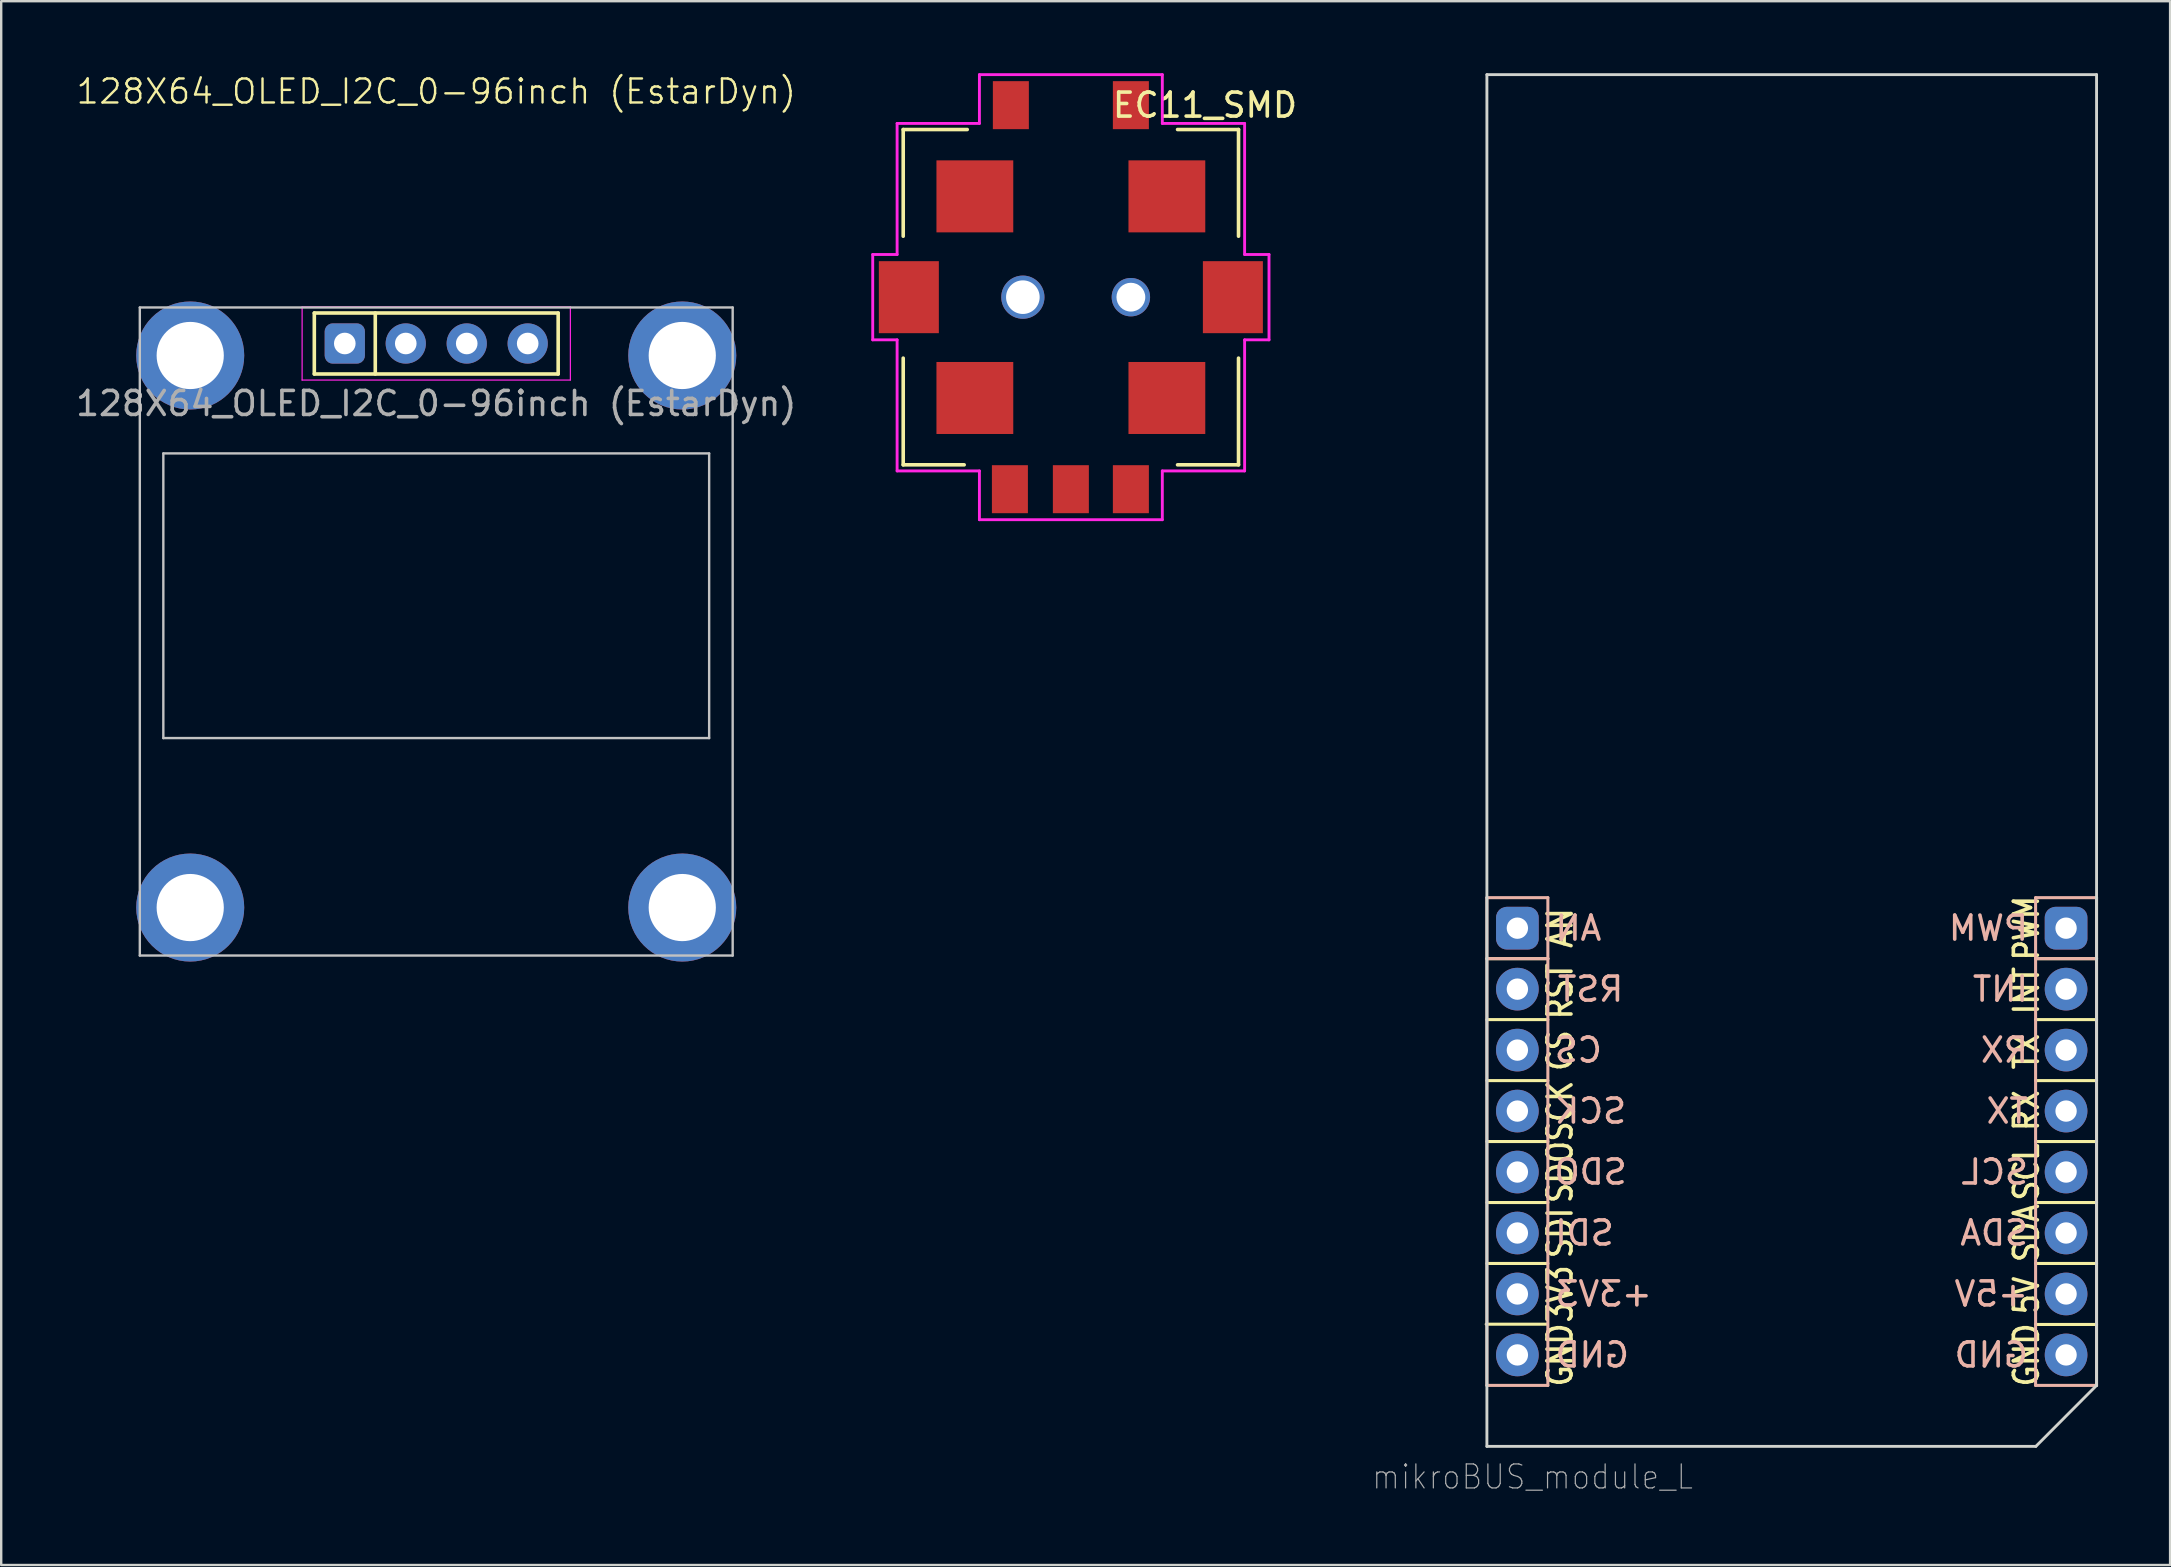
<source format=kicad_pcb>
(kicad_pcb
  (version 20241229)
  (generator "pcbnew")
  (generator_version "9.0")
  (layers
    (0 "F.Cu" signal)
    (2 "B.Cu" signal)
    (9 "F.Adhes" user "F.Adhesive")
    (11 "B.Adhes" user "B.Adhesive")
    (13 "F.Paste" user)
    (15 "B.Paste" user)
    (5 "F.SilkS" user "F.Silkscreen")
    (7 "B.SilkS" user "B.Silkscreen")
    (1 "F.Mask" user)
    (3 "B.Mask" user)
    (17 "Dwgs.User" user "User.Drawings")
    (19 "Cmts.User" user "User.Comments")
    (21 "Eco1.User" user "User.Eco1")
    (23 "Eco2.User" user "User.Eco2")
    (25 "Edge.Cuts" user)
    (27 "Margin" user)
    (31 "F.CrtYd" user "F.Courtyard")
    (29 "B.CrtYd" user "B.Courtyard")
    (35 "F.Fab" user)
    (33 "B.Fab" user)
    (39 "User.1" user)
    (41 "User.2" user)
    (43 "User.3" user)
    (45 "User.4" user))
  (footprint "128X64_OLED_I2C_0-96inch (EstarDyn)"
    (layer "F.Cu")
    (at 15.125 11.261)
    (property "Reference" "128X64_OLED_I2C_0-96inch (EstarDyn)" (at 0 -10.5 0) (unlocked yes) (layer "F.SilkS") (effects (font (size 1 1) (thickness 0.1))))
    (attr smd)
    (fp_line (start -5.08 -1.27) (end 5.08 -1.27) (stroke (width 0.15) (type default)) (layer "F.SilkS"))
    (fp_line (start -5.08 1.27) (end -5.08 -1.27) (stroke (width 0.15) (type default)) (layer "F.SilkS"))
    (fp_line (start -2.54 -1.27) (end -2.54 1.27) (stroke (width 0.15) (type default)) (layer "F.SilkS"))
    (fp_line (start 5.08 -1.27) (end 5.08 1.27) (stroke (width 0.15) (type default)) (layer "F.SilkS"))
    (fp_line (start 5.08 1.27) (end -5.08 1.27) (stroke (width 0.15) (type default)) (layer "F.SilkS"))
    (fp_line (start -12.35 -1.5) (end -12.35 25.5) (stroke (width 0.1) (type default)) (layer "Dwgs.User"))
    (fp_line (start -12.35 -1.5) (end 12.35 -1.5) (stroke (width 0.1) (type default)) (layer "Dwgs.User"))
    (fp_line (start -11.37 4.58) (end 11.37 4.58) (stroke (width 0.1) (type default)) (layer "Dwgs.User"))
    (fp_line (start -11.37 16.44) (end -11.37 4.58) (stroke (width 0.1) (type default)) (layer "Dwgs.User"))
    (fp_line (start -11.37 16.44) (end 11.37 16.44) (stroke (width 0.1) (type default)) (layer "Dwgs.User"))
    (fp_line (start 11.37 4.58) (end 11.37 16.44) (stroke (width 0.1) (type default)) (layer "Dwgs.User"))
    (fp_line (start 12.35 -1.5) (end 12.35 25.5) (stroke (width 0.1) (type default)) (layer "Dwgs.User"))
    (fp_line (start 12.35 25.5) (end -12.35 25.5) (stroke (width 0.1) (type default)) (layer "Dwgs.User"))
    (fp_line (start -5.588 -1.524) (end 5.588 -1.524) (stroke (width 0.05) (type default)) (layer "F.CrtYd"))
    (fp_line (start -5.588 1.524) (end -5.588 -1.524) (stroke (width 0.05) (type default)) (layer "F.CrtYd"))
    (fp_line (start 5.588 -1.524) (end 5.588 1.524) (stroke (width 0.05) (type default)) (layer "F.CrtYd"))
    (fp_line (start 5.588 1.524) (end -5.588 1.524) (stroke (width 0.05) (type default)) (layer "F.CrtYd"))
    (fp_text user "${REFERENCE}" (at 0 2.5 0) (unlocked yes) (layer "F.Fab") (effects (font (size 1 1) (thickness 0.15))))
    (pad "" np_thru_hole circle (at -10.25 0.5) (size 4.5 4.5) (drill 2.8) (layers "*.Cu" "*.Mask"))
    (pad "" np_thru_hole circle (at -10.25 23.5) (size 4.5 4.5) (drill 2.8) (layers "*.Cu" "*.Mask"))
    (pad "" np_thru_hole circle (at 10.25 0.5) (size 4.5 4.5) (drill 2.8) (layers "*.Cu" "*.Mask"))
    (pad "" np_thru_hole circle (at 10.25 23.5) (size 4.5 4.5) (drill 2.8) (layers "*.Cu" "*.Mask"))
    (pad "1" thru_hole roundrect (at -3.81 0) (size 1.676 1.676) (drill 0.9) (layers "*.Cu" "*.Mask") (roundrect_rratio 0.2))
    (pad "2" thru_hole circle (at -1.27 0) (size 1.676 1.676) (drill 0.9) (layers "*.Cu" "*.Mask"))
    (pad "3" thru_hole circle (at 1.27 0) (size 1.676 1.676) (drill 0.9) (layers "*.Cu" "*.Mask"))
    (pad "4" thru_hole circle (at 3.81 0) (size 1.676 1.676) (drill 0.9) (layers "*.Cu" "*.Mask")))
  (footprint "EC11_SMD"
    (layer "F.Cu")
    (at 41.565 9.331)
    (property "Reference" "EC11_SMD" (at 5.588 -8.001 0) (layer "F.SilkS") (effects (font (size 1 1) (thickness 0.15))))
    (attr through_hole)
    (fp_line (start -6.985 -6.985) (end -4.318 -6.985) (stroke (width 0.15) (type solid)) (layer "F.SilkS"))
    (fp_line (start -6.985 -2.54) (end -6.985 -6.985) (stroke (width 0.15) (type solid)) (layer "F.SilkS"))
    (fp_line (start -6.985 6.985) (end -6.985 2.54) (stroke (width 0.15) (type solid)) (layer "F.SilkS"))
    (fp_line (start -4.445 6.985) (end -6.985 6.985) (stroke (width 0.15) (type solid)) (layer "F.SilkS"))
    (fp_line (start 4.445 -6.985) (end 6.985 -6.985) (stroke (width 0.15) (type solid)) (layer "F.SilkS"))
    (fp_line (start 6.985 -6.985) (end 6.985 -2.54) (stroke (width 0.15) (type solid)) (layer "F.SilkS"))
    (fp_line (start 6.985 2.54) (end 6.985 6.985) (stroke (width 0.15) (type solid)) (layer "F.SilkS"))
    (fp_line (start 6.985 6.985) (end 4.445 6.985) (stroke (width 0.15) (type solid)) (layer "F.SilkS"))
    (fp_line (start -8.255 -1.778) (end -7.239 -1.778) (stroke (width 0.12) (type solid)) (layer "F.CrtYd"))
    (fp_line (start -8.255 1.778) (end -8.255 -1.778) (stroke (width 0.12) (type solid)) (layer "F.CrtYd"))
    (fp_line (start -7.239 -7.239) (end -3.81 -7.239) (stroke (width 0.12) (type solid)) (layer "F.CrtYd"))
    (fp_line (start -7.239 -1.778) (end -7.239 -7.239) (stroke (width 0.12) (type solid)) (layer "F.CrtYd"))
    (fp_line (start -7.239 1.778) (end -8.255 1.778) (stroke (width 0.12) (type solid)) (layer "F.CrtYd"))
    (fp_line (start -7.239 7.239) (end -7.239 1.778) (stroke (width 0.12) (type solid)) (layer "F.CrtYd"))
    (fp_line (start -3.81 -9.271) (end 3.81 -9.271) (stroke (width 0.12) (type solid)) (layer "F.CrtYd"))
    (fp_line (start -3.81 -7.239) (end -3.81 -9.271) (stroke (width 0.12) (type solid)) (layer "F.CrtYd"))
    (fp_line (start -3.81 7.239) (end -7.239 7.239) (stroke (width 0.12) (type solid)) (layer "F.CrtYd"))
    (fp_line (start -3.81 9.271) (end -3.81 7.239) (stroke (width 0.12) (type solid)) (layer "F.CrtYd"))
    (fp_line (start 3.81 -9.271) (end 3.81 -7.239) (stroke (width 0.12) (type solid)) (layer "F.CrtYd"))
    (fp_line (start 3.81 -7.239) (end 7.239 -7.239) (stroke (width 0.12) (type solid)) (layer "F.CrtYd"))
    (fp_line (start 3.81 7.239) (end 3.81 9.271) (stroke (width 0.12) (type solid)) (layer "F.CrtYd"))
    (fp_line (start 3.81 9.271) (end -3.81 9.271) (stroke (width 0.12) (type solid)) (layer "F.CrtYd"))
    (fp_line (start 7.239 -7.239) (end 7.239 -1.778) (stroke (width 0.12) (type solid)) (layer "F.CrtYd"))
    (fp_line (start 7.239 -1.778) (end 8.255 -1.778) (stroke (width 0.12) (type solid)) (layer "F.CrtYd"))
    (fp_line (start 7.239 1.778) (end 7.239 7.239) (stroke (width 0.12) (type solid)) (layer "F.CrtYd"))
    (fp_line (start 7.239 7.239) (end 3.81 7.239) (stroke (width 0.12) (type solid)) (layer "F.CrtYd"))
    (fp_line (start 8.255 -1.778) (end 8.255 1.778) (stroke (width 0.12) (type solid)) (layer "F.CrtYd"))
    (fp_line (start 8.255 1.778) (end 7.239 1.778) (stroke (width 0.12) (type solid)) (layer "F.CrtYd"))
    (pad "" smd rect (at -6.75 0) (size 2.5 3) (layers "F.Cu" "F.Mask" "F.Paste"))
    (pad "" smd rect (at -4 -4.2) (size 3.2 3) (layers "F.Cu" "F.Mask" "F.Paste"))
    (pad "" smd rect (at -4 4.2) (size 3.2 3) (layers "F.Cu" "F.Mask" "F.Paste"))
    (pad "" np_thru_hole circle (at -2 0) (size 1.8 1.8) (drill 1.4) (layers "*.Cu" "*.Mask"))
    (pad "" np_thru_hole circle (at 2.5 0) (size 1.6 1.6) (drill 1.2) (layers "*.Cu" "*.Mask"))
    (pad "" smd rect (at 4 -4.2) (size 3.2 3) (layers "F.Cu" "F.Mask" "F.Paste"))
    (pad "" smd rect (at 4 4.2) (size 3.2 3) (layers "F.Cu" "F.Mask" "F.Paste"))
    (pad "" smd rect (at 6.75 0) (size 2.5 3) (layers "F.Cu" "F.Mask" "F.Paste"))
    (pad "A" smd rect (at -2.54 8) (size 1.5 2) (layers "F.Cu" "F.Mask" "F.Paste"))
    (pad "B" smd rect (at 2.5 8) (size 1.5 2) (layers "F.Cu" "F.Mask" "F.Paste"))
    (pad "C" smd rect (at 0 8) (size 1.5 2) (layers "F.Cu" "F.Mask" "F.Paste"))
    (pad "S1" smd rect (at -2.5 -8) (size 1.5 2) (layers "F.Cu" "F.Mask" "F.Paste"))
    (pad "S2" smd rect (at 2.5 -8) (size 1.5 2) (layers "F.Cu" "F.Mask" "F.Paste")))
  (footprint "mikroBUS_module_L"
    (layer "F.Cu")
    (at 60.168 35.62)
    (property "Reference" "mikroBUS_module_L" (at 0.635 22.86 0) (layer "F.Fab") (effects (font (size 1 0.9) (thickness 0.05))))
    (attr through_hole exclude_from_pos_files exclude_from_bom allow_missing_courtyard)
    (fp_line (start -1.3 16.5) (end 1.24 16.5) (stroke (width 0.127) (type solid)) (layer "F.SilkS"))
    (fp_line (start -1.27 1.27) (end 1.27 1.27) (stroke (width 0.127) (type solid)) (layer "F.SilkS"))
    (fp_line (start -1.27 3.81) (end 1.27 3.81) (stroke (width 0.127) (type solid)) (layer "F.SilkS"))
    (fp_line (start -1.27 6.35) (end 1.27 6.35) (stroke (width 0.127) (type solid)) (layer "F.SilkS"))
    (fp_line (start -1.27 8.89) (end 1.27 8.89) (stroke (width 0.127) (type solid)) (layer "F.SilkS"))
    (fp_line (start -1.27 11.43) (end 1.27 11.43) (stroke (width 0.127) (type solid)) (layer "F.SilkS"))
    (fp_line (start -1.27 13.97) (end 1.27 13.97) (stroke (width 0.127) (type solid)) (layer "F.SilkS"))
    (fp_line (start 21.59 1.27) (end 24.13 1.27) (stroke (width 0.127) (type solid)) (layer "F.SilkS"))
    (fp_line (start 21.59 3.81) (end 24.13 3.81) (stroke (width 0.127) (type solid)) (layer "F.SilkS"))
    (fp_line (start 21.59 6.35) (end 24.13 6.35) (stroke (width 0.127) (type solid)) (layer "F.SilkS"))
    (fp_line (start 21.59 8.89) (end 24.13 8.89) (stroke (width 0.127) (type solid)) (layer "F.SilkS"))
    (fp_line (start 21.59 11.43) (end 24.13 11.43) (stroke (width 0.127) (type solid)) (layer "F.SilkS"))
    (fp_line (start 21.59 13.97) (end 24.13 13.97) (stroke (width 0.127) (type solid)) (layer "F.SilkS"))
    (fp_line (start 21.59 16.51) (end 24.13 16.51) (stroke (width 0.127) (type solid)) (layer "F.SilkS"))
    (fp_line (start -1.27 -1.27) (end -1.27 1.27) (stroke (width 0.127) (type solid)) (layer "B.SilkS"))
    (fp_line (start -1.27 1.27) (end -1.27 19.05) (stroke (width 0.127) (type solid)) (layer "B.SilkS"))
    (fp_line (start -1.27 1.27) (end 1.27 1.27) (stroke (width 0.127) (type solid)) (layer "B.SilkS"))
    (fp_line (start -1.27 19.05) (end 1.27 19.05) (stroke (width 0.127) (type solid)) (layer "B.SilkS"))
    (fp_line (start 1.27 -1.27) (end -1.27 -1.27) (stroke (width 0.127) (type solid)) (layer "B.SilkS"))
    (fp_line (start 1.27 1.27) (end 1.27 -1.27) (stroke (width 0.127) (type solid)) (layer "B.SilkS"))
    (fp_line (start 1.27 19.05) (end 1.27 1.27) (stroke (width 0.127) (type solid)) (layer "B.SilkS"))
    (fp_line (start 21.59 -1.27) (end 21.59 1.27) (stroke (width 0.127) (type solid)) (layer "B.SilkS"))
    (fp_line (start 21.59 -1.27) (end 24.13 -1.27) (stroke (width 0.127) (type solid)) (layer "B.SilkS"))
    (fp_line (start 21.59 1.27) (end 21.59 19.05) (stroke (width 0.127) (type solid)) (layer "B.SilkS"))
    (fp_line (start 21.59 1.27) (end 24.13 1.27) (stroke (width 0.127) (type solid)) (layer "B.SilkS"))
    (fp_line (start 21.59 19.05) (end 24.13 19.05) (stroke (width 0.127) (type solid)) (layer "B.SilkS"))
    (fp_line (start 24.13 -1.27) (end 24.13 19.05) (stroke (width 0.127) (type solid)) (layer "B.SilkS"))
    (fp_line (start -1.27 -35.56) (end 24.13 -35.56) (stroke (width 0.12) (type default)) (layer "Edge.Cuts"))
    (fp_line (start -1.27 21.59) (end -1.27 -35.56) (stroke (width 0.12) (type default)) (layer "Edge.Cuts"))
    (fp_line (start 21.6 21.59) (end -1.27 21.59) (stroke (width 0.12) (type default)) (layer "Edge.Cuts"))
    (fp_line (start 21.6 21.59) (end 24.13 19.05) (stroke (width 0.12) (type default)) (layer "Edge.Cuts"))
    (fp_line (start 24.13 -35.56) (end 24.13 19.05) (stroke (width 0.12) (type default)) (layer "Edge.Cuts"))
    (fp_line (start -1.27 -35.56) (end 24.13 -35.56) (stroke (width 0.12) (type default)) (layer "Margin"))
    (fp_line (start -1.27 21.59) (end -1.27 -35.56) (stroke (width 0.12) (type default)) (layer "Margin"))
    (fp_line (start 21.59 21.59) (end -1.27 21.59) (stroke (width 0.12) (type default)) (layer "Margin"))
    (fp_line (start 24.13 -35.56) (end 24.13 19.05) (stroke (width 0.12) (type default)) (layer "Margin"))
    (fp_line (start 24.13 19.05) (end 21.59 21.59) (stroke (width 0.12) (type default)) (layer "Margin"))
    (fp_text user "RST" (at 1.778 2.624 90) (layer "F.SilkS") (effects (font (size 1 0.85) (thickness 0.15))))
    (fp_text user "SCK" (at 1.778 7.62 90) (layer "F.SilkS") (effects (font (size 1 0.85) (thickness 0.15))))
    (fp_text user "RX" (at 21.209 7.6 90) (layer "F.SilkS") (effects (font (size 1 0.85) (thickness 0.15) (bold yes))))
    (fp_text user "5V" (at 21.209 15.3 90) (layer "F.SilkS") (effects (font (size 1 0.85) (thickness 0.15) (bold yes))))
    (fp_text user "CS" (at 1.778 5.1 90) (layer "F.SilkS") (effects (font (size 1 0.85) (thickness 0.15))))
    (fp_text user "INT" (at 21.209 2.6 90) (layer "F.SilkS") (effects (font (size 1 0.85) (thickness 0.15) (bold yes))))
    (fp_text user "SDI" (at 1.778 12.7 90) (layer "F.SilkS") (effects (font (size 1 0.85) (thickness 0.15) (bold yes))))
    (fp_text user "SDO" (at 1.778 10.16 90) (layer "F.SilkS") (effects (font (size 1 0.85) (thickness 0.15))))
    (fp_text user "TX" (at 21.209 5.141 90) (layer "F.SilkS") (effects (font (size 1 0.85) (thickness 0.15) (bold yes))))
    (fp_text user "SCL" (at 21.209 10.16 90) (layer "F.SilkS") (effects (font (size 1 0.85) (thickness 0.15) (bold yes))))
    (fp_text user "GND" (at 21.209 17.78 90) (layer "F.SilkS") (effects (font (size 1 0.85) (thickness 0.15) (bold yes))))
    (fp_text user "PWM" (at 21.209 0 90) (layer "F.SilkS") (effects (font (size 1 0.8) (thickness 0.15) (bold yes))))
    (fp_text user "AN" (at 1.778 0 90) (layer "F.SilkS") (effects (font (size 1 0.85) (thickness 0.15))))
    (fp_text user "SDA" (at 21.209 12.7 90) (layer "F.SilkS") (effects (font (size 1 0.85) (thickness 0.15) (bold yes))))
    (fp_text user "3V3" (at 1.778 15.24 90) (layer "F.SilkS") (effects (font (size 1 0.85) (thickness 0.15) (bold yes))))
    (fp_text user "GND" (at 1.778 17.78 90) (layer "F.SilkS") (effects (font (size 1 0.85) (thickness 0.15) (bold yes))))
    (fp_text user "RX" (at 20.291 5.08 0) (layer "B.SilkS") (effects (font (size 1 1) (thickness 0.15)) (justify mirror)))
    (fp_text user "+5V" (at 19.744 15.24 0) (layer "B.SilkS") (effects (font (size 1 1) (thickness 0.15)) (justify mirror)))
    (fp_text user "SCL" (at 19.887 10.16 0) (layer "B.SilkS") (effects (font (size 1 1) (thickness 0.15)) (justify mirror)))
    (fp_text user "GND" (at 3.12 17.78 0) (layer "B.SilkS") (effects (font (size 1 1) (thickness 0.15)) (justify mirror)))
    (fp_text user "PWM" (at 19.625 0 0) (layer "B.SilkS") (effects (font (size 1 1) (thickness 0.15)) (justify mirror)))
    (fp_text user "SDI" (at 2.794 12.7 0) (layer "B.SilkS") (effects (font (size 1 1) (thickness 0.15)) (justify mirror)))
    (fp_text user "SDA" (at 19.863 12.7 0) (layer "B.SilkS") (effects (font (size 1 1) (thickness 0.15)) (justify mirror)))
    (fp_text user "SCK" (at 3.048 7.62 0) (layer "B.SilkS") (effects (font (size 1 1) (thickness 0.15)) (justify mirror)))
    (fp_text user "AN" (at 2.54 0 0) (layer "B.SilkS") (effects (font (size 1 1) (thickness 0.15)) (justify mirror)))
    (fp_text user "TX" (at 20.411 7.62 0) (layer "B.SilkS") (effects (font (size 1 1) (thickness 0.15)) (justify mirror)))
    (fp_text user "RST" (at 3.048 2.54 0) (layer "B.SilkS") (effects (font (size 1 1) (thickness 0.15)) (justify mirror)))
    (fp_text user "CS" (at 2.54 5.08 0) (layer "B.SilkS") (effects (font (size 1 1) (thickness 0.15)) (justify mirror)))
    (fp_text user "GND" (at 19.744 17.78 0) (layer "B.SilkS") (effects (font (size 1 1) (thickness 0.15)) (justify mirror)))
    (fp_text user "+3V3" (at 3.596 15.24 0) (layer "B.SilkS") (effects (font (size 1 1) (thickness 0.15)) (justify mirror)))
    (fp_text user "INT" (at 20.125 2.54 0) (layer "B.SilkS") (effects (font (size 1 1) (thickness 0.15)) (justify mirror)))
    (fp_text user "SDO" (at 3.048 10.16 0) (layer "B.SilkS") (effects (font (size 1 1) (thickness 0.15)) (justify mirror)))
    (pad "P1" thru_hole roundrect (at 0 0) (size 1.778 1.778) (drill 0.889) (layers "*.Cu" "*.Mask") (roundrect_rratio 0.25))
    (pad "P2" thru_hole circle (at 0 2.54) (size 1.778 1.778) (drill 0.889) (layers "*.Cu" "*.Mask"))
    (pad "P3" thru_hole circle (at 0 5.08) (size 1.778 1.778) (drill 0.889) (layers "*.Cu" "*.Mask"))
    (pad "P4" thru_hole circle (at 0 7.62) (size 1.778 1.778) (drill 0.889) (layers "*.Cu" "*.Mask"))
    (pad "P5" thru_hole circle (at 0 10.16) (size 1.778 1.778) (drill 0.889) (layers "*.Cu" "*.Mask"))
    (pad "P6" thru_hole circle (at 0 12.7) (size 1.778 1.778) (drill 0.889) (layers "*.Cu" "*.Mask"))
    (pad "P7" thru_hole circle (at 0 15.24) (size 1.778 1.778) (drill 0.889) (layers "*.Cu" "*.Mask"))
    (pad "P8" thru_hole circle (at 0 17.78) (size 1.778 1.778) (drill 0.889) (layers "*.Cu" "*.Mask"))
    (pad "P9" thru_hole circle (at 22.86 17.78) (size 1.778 1.778) (drill 0.889) (layers "*.Cu" "*.Mask"))
    (pad "P10" thru_hole circle (at 22.86 15.24) (size 1.778 1.778) (drill 0.889) (layers "*.Cu" "*.Mask"))
    (pad "P11" thru_hole circle (at 22.86 12.7) (size 1.778 1.778) (drill 0.889) (layers "*.Cu" "*.Mask"))
    (pad "P12" thru_hole circle (at 22.86 10.16) (size 1.778 1.778) (drill 0.889) (layers "*.Cu" "*.Mask"))
    (pad "P13" thru_hole circle (at 22.86 7.62) (size 1.778 1.778) (drill 0.889) (layers "*.Cu" "*.Mask"))
    (pad "P14" thru_hole circle (at 22.86 5.08) (size 1.778 1.778) (drill 0.889) (layers "*.Cu" "*.Mask"))
    (pad "P15" thru_hole circle (at 22.86 2.54) (size 1.778 1.778) (drill 0.889) (layers "*.Cu" "*.Mask"))
    (pad "P16" thru_hole roundrect (at 22.86 0) (size 1.778 1.778) (drill 0.889) (layers "*.Cu" "*.Mask") (roundrect_rratio 0.25)))
  (gr_rect
    (start -3 -3)
    (end 87.362 62.153)
    (stroke (width 0.1) (type default))
    (fill no)
    (layer "Edge.Cuts")))
</source>
